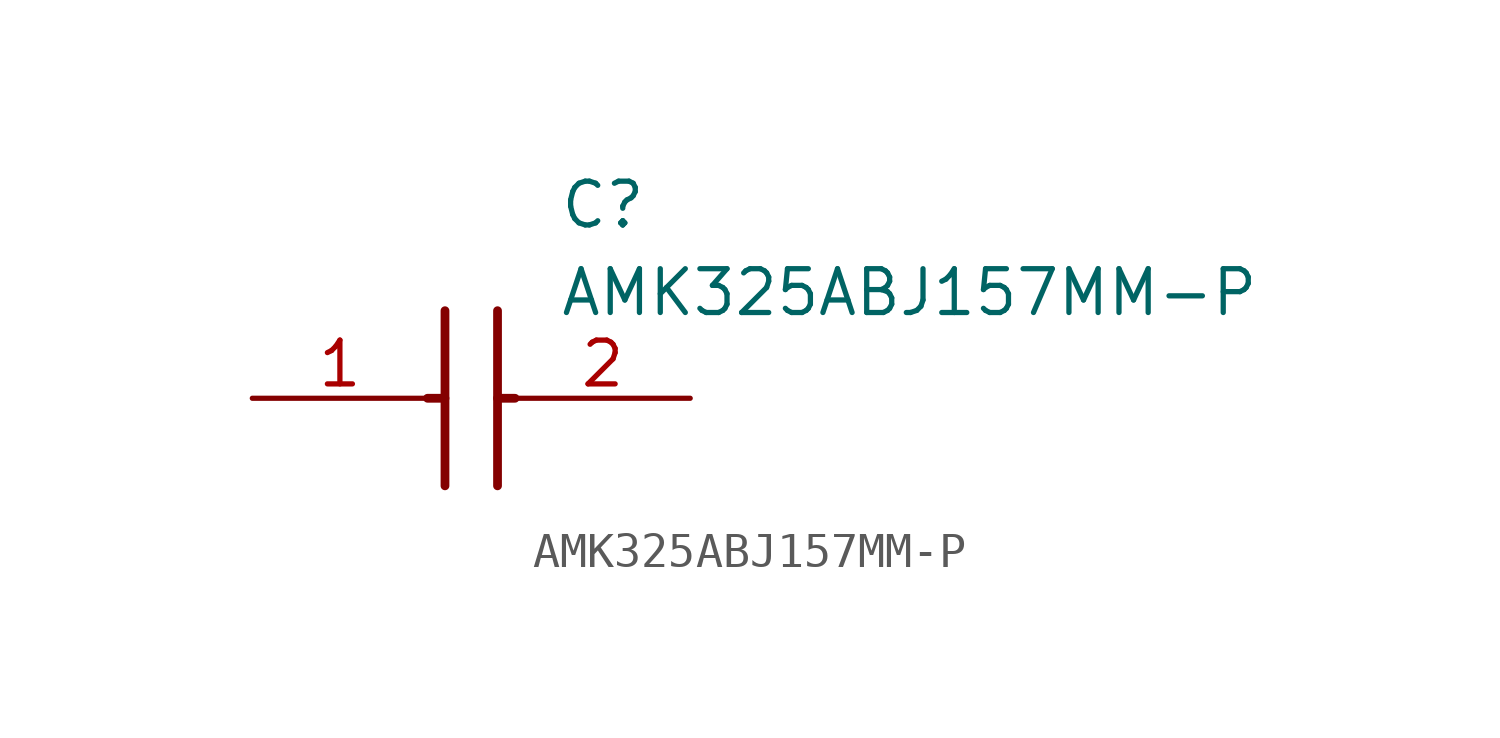
<source format=kicad_sym>
(kicad_symbol_lib
  (version 20211014)
  (generator SamacSys_ECAD_Model)
  (symbol "AMK325ABJ157MM-P"
    (pin_names hide)
    (property "Reference" "C"
      (at 8.89 6.35 0)
      (effects (font (size 1.27 1.27)) (justify left top)))
    (property "Value" "AMK325ABJ157MM-P"
      (at 8.89 3.81 0)
      (effects (font (size 1.27 1.27)) (justify left top)))
    (polyline
      (pts (xy 5.588 2.54) (xy 5.588 -2.54))
      (stroke (width 0.254) (type default))
      (fill (type none)))
    (polyline
      (pts (xy 7.112 2.54) (xy 7.112 -2.54))
      (stroke (width 0.254) (type default))
      (fill (type none)))
    (polyline
      (pts (xy 5.08 0) (xy 5.588 0))
      (stroke (width 0.254) (type default))
      (fill (type none)))
    (polyline
      (pts (xy 7.112 0) (xy 7.62 0))
      (stroke (width 0.254) (type default))
      (fill (type none)))
    (pin passive line
      (at 0 0 0)
      (length 5.08)
      (name "1" (effects (font (size 1.27 1.27))))
      (number "1" (effects (font (size 1.27 1.27)))))
    (pin passive line
      (at 12.7 0 180)
      (length 5.08)
      (name "2" (effects (font (size 1.27 1.27))))
      (number "2" (effects (font (size 1.27 1.27)))))))
</source>
